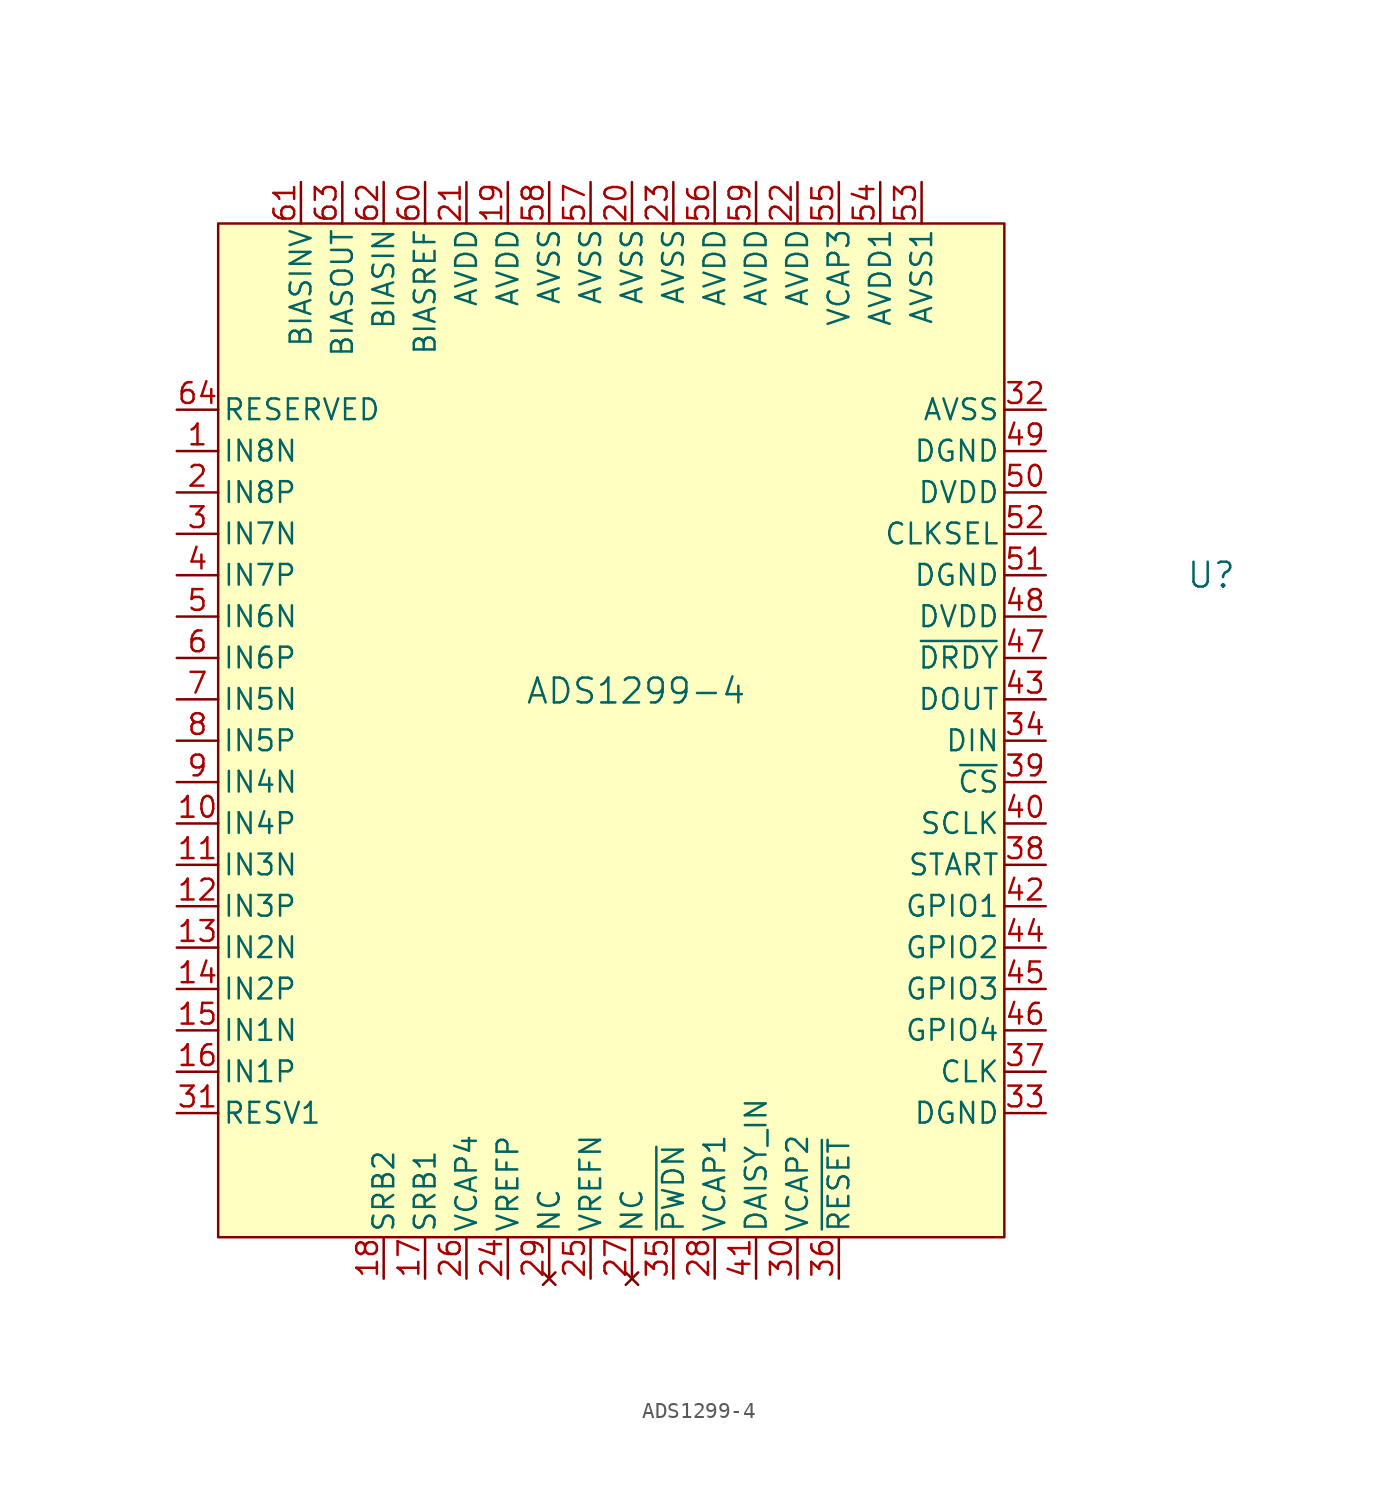
<source format=kicad_sym>
(kicad_symbol_lib
  (version 20241209)
  (generator "kicad_symbol_editor")
  (generator_version "9.0")
  (symbol "ADS1299-4"
    (pin_names
      (offset 0.254))
    (property "Reference" "U"
      (at 35.56 10.16 0)
      (effects (font (size 1.524 1.524))))
    (property "Value" "ADS1299-4"
      (at 0.254 3.048 0)
      (effects (font (size 1.524 1.524))))
    (property "ki_locked" ""
      (at 0 0 0)
      (effects (font (size 1.27 1.27))))
    (symbol "ADS1299-4_1_1"
      (rectangle (start -25.4 31.75) (end 22.86 -30.48) (stroke (width 0) (type solid)) (fill (type background)))
      (pin output line (at -27.94 20.32 0) (length 2.54) (name "RESERVED" (effects (font (size 1.27 1.27)))) (number "64" (effects (font (size 1.27 1.27)))))
      (pin input line (at -27.94 17.78 0) (length 2.54) (name "IN8N" (effects (font (size 1.27 1.27)))) (number "1" (effects (font (size 1.27 1.27)))))
      (pin input line (at -27.94 15.24 0) (length 2.54) (name "IN8P" (effects (font (size 1.27 1.27)))) (number "2" (effects (font (size 1.27 1.27)))))
      (pin input line (at -27.94 12.7 0) (length 2.54) (name "IN7N" (effects (font (size 1.27 1.27)))) (number "3" (effects (font (size 1.27 1.27)))))
      (pin input line (at -27.94 10.16 0) (length 2.54) (name "IN7P" (effects (font (size 1.27 1.27)))) (number "4" (effects (font (size 1.27 1.27)))))
      (pin input line (at -27.94 7.62 0) (length 2.54) (name "IN6N" (effects (font (size 1.27 1.27)))) (number "5" (effects (font (size 1.27 1.27)))))
      (pin input line (at -27.94 5.08 0) (length 2.54) (name "IN6P" (effects (font (size 1.27 1.27)))) (number "6" (effects (font (size 1.27 1.27)))))
      (pin input line (at -27.94 2.54 0) (length 2.54) (name "IN5N" (effects (font (size 1.27 1.27)))) (number "7" (effects (font (size 1.27 1.27)))))
      (pin input line (at -27.94 0 0) (length 2.54) (name "IN5P" (effects (font (size 1.27 1.27)))) (number "8" (effects (font (size 1.27 1.27)))))
      (pin input line (at -27.94 -2.54 0) (length 2.54) (name "IN4N" (effects (font (size 1.27 1.27)))) (number "9" (effects (font (size 1.27 1.27)))))
      (pin input line (at -27.94 -5.08 0) (length 2.54) (name "IN4P" (effects (font (size 1.27 1.27)))) (number "10" (effects (font (size 1.27 1.27)))))
      (pin input line (at -27.94 -7.62 0) (length 2.54) (name "IN3N" (effects (font (size 1.27 1.27)))) (number "11" (effects (font (size 1.27 1.27)))))
      (pin input line (at -27.94 -10.16 0) (length 2.54) (name "IN3P" (effects (font (size 1.27 1.27)))) (number "12" (effects (font (size 1.27 1.27)))))
      (pin input line (at -27.94 -12.7 0) (length 2.54) (name "IN2N" (effects (font (size 1.27 1.27)))) (number "13" (effects (font (size 1.27 1.27)))))
      (pin input line (at -27.94 -15.24 0) (length 2.54) (name "IN2P" (effects (font (size 1.27 1.27)))) (number "14" (effects (font (size 1.27 1.27)))))
      (pin input line (at -27.94 -17.78 0) (length 2.54) (name "IN1N" (effects (font (size 1.27 1.27)))) (number "15" (effects (font (size 1.27 1.27)))))
      (pin input line (at -27.94 -20.32 0) (length 2.54) (name "IN1P" (effects (font (size 1.27 1.27)))) (number "16" (effects (font (size 1.27 1.27)))))
      (pin input line (at -27.94 -22.86 0) (length 2.54) (name "RESV1" (effects (font (size 1.27 1.27)))) (number "31" (effects (font (size 1.27 1.27)))))
      (pin bidirectional line (at -20.32 34.29 270) (length 2.54) (name "BIASINV" (effects (font (size 1.27 1.27)))) (number "61" (effects (font (size 1.27 1.27)))))
      (pin output line (at -17.78 34.29 270) (length 2.54) (name "BIASOUT" (effects (font (size 1.27 1.27)))) (number "63" (effects (font (size 1.27 1.27)))))
      (pin input line (at -15.24 34.29 270) (length 2.54) (name "BIASIN" (effects (font (size 1.27 1.27)))) (number "62" (effects (font (size 1.27 1.27)))))
      (pin bidirectional line (at -15.24 -33.02 90) (length 2.54) (name "SRB2" (effects (font (size 1.27 1.27)))) (number "18" (effects (font (size 1.27 1.27)))))
      (pin input line (at -12.7 34.29 270) (length 2.54) (name "BIASREF" (effects (font (size 1.27 1.27)))) (number "60" (effects (font (size 1.27 1.27)))))
      (pin bidirectional line (at -12.7 -33.02 90) (length 2.54) (name "SRB1" (effects (font (size 1.27 1.27)))) (number "17" (effects (font (size 1.27 1.27)))))
      (pin power_in line (at -10.16 34.29 270) (length 2.54) (name "AVDD" (effects (font (size 1.27 1.27)))) (number "21" (effects (font (size 1.27 1.27)))))
      (pin power_out line (at -10.16 -33.02 90) (length 2.54) (name "VCAP4" (effects (font (size 1.27 1.27)))) (number "26" (effects (font (size 1.27 1.27)))))
      (pin power_in line (at -7.62 34.29 270) (length 2.54) (name "AVDD" (effects (font (size 1.27 1.27)))) (number "19" (effects (font (size 1.27 1.27)))))
      (pin bidirectional line (at -7.62 -33.02 90) (length 2.54) (name "VREFP" (effects (font (size 1.27 1.27)))) (number "24" (effects (font (size 1.27 1.27)))))
      (pin power_in line (at -5.08 34.29 270) (length 2.54) (name "AVSS" (effects (font (size 1.27 1.27)))) (number "58" (effects (font (size 1.27 1.27)))))
      (pin no_connect line (at -5.08 -33.02 90) (length 2.54) (name "NC" (effects (font (size 1.27 1.27)))) (number "29" (effects (font (size 1.27 1.27)))))
      (pin power_in line (at -2.54 34.29 270) (length 2.54) (name "AVSS" (effects (font (size 1.27 1.27)))) (number "57" (effects (font (size 1.27 1.27)))))
      (pin input line (at -2.54 -33.02 90) (length 2.54) (name "VREFN" (effects (font (size 1.27 1.27)))) (number "25" (effects (font (size 1.27 1.27)))))
      (pin power_in line (at 0 34.29 270) (length 2.54) (name "AVSS" (effects (font (size 1.27 1.27)))) (number "20" (effects (font (size 1.27 1.27)))))
      (pin no_connect line (at 0 -33.02 90) (length 2.54) (name "NC" (effects (font (size 1.27 1.27)))) (number "27" (effects (font (size 1.27 1.27)))))
      (pin power_in line (at 2.54 34.29 270) (length 2.54) (name "AVSS" (effects (font (size 1.27 1.27)))) (number "23" (effects (font (size 1.27 1.27)))))
      (pin input line (at 2.54 -33.02 90) (length 2.54) (name "~{PWDN}" (effects (font (size 1.27 1.27)))) (number "35" (effects (font (size 1.27 1.27)))))
      (pin power_in line (at 5.08 34.29 270) (length 2.54) (name "AVDD" (effects (font (size 1.27 1.27)))) (number "56" (effects (font (size 1.27 1.27)))))
      (pin power_out line (at 5.08 -33.02 90) (length 2.54) (name "VCAP1" (effects (font (size 1.27 1.27)))) (number "28" (effects (font (size 1.27 1.27)))))
      (pin power_in line (at 7.62 34.29 270) (length 2.54) (name "AVDD" (effects (font (size 1.27 1.27)))) (number "59" (effects (font (size 1.27 1.27)))))
      (pin input line (at 7.62 -33.02 90) (length 2.54) (name "DAISY_IN" (effects (font (size 1.27 1.27)))) (number "41" (effects (font (size 1.27 1.27)))))
      (pin power_in line (at 10.16 34.29 270) (length 2.54) (name "AVDD" (effects (font (size 1.27 1.27)))) (number "22" (effects (font (size 1.27 1.27)))))
      (pin power_out line (at 10.16 -33.02 90) (length 2.54) (name "VCAP2" (effects (font (size 1.27 1.27)))) (number "30" (effects (font (size 1.27 1.27)))))
      (pin power_out line (at 12.7 34.29 270) (length 2.54) (name "VCAP3" (effects (font (size 1.27 1.27)))) (number "55" (effects (font (size 1.27 1.27)))))
      (pin input line (at 12.7 -33.02 90) (length 2.54) (name "~{RESET}" (effects (font (size 1.27 1.27)))) (number "36" (effects (font (size 1.27 1.27)))))
      (pin power_in line (at 15.24 34.29 270) (length 2.54) (name "AVDD1" (effects (font (size 1.27 1.27)))) (number "54" (effects (font (size 1.27 1.27)))))
      (pin power_in line (at 17.78 34.29 270) (length 2.54) (name "AVSS1" (effects (font (size 1.27 1.27)))) (number "53" (effects (font (size 1.27 1.27)))))
      (pin power_in line (at 25.4 20.32 180) (length 2.54) (name "AVSS" (effects (font (size 1.27 1.27)))) (number "32" (effects (font (size 1.27 1.27)))))
      (pin power_in line (at 25.4 17.78 180) (length 2.54) (name "DGND" (effects (font (size 1.27 1.27)))) (number "49" (effects (font (size 1.27 1.27)))))
      (pin power_in line (at 25.4 15.24 180) (length 2.54) (name "DVDD" (effects (font (size 1.27 1.27)))) (number "50" (effects (font (size 1.27 1.27)))))
      (pin input line (at 25.4 12.7 180) (length 2.54) (name "CLKSEL" (effects (font (size 1.27 1.27)))) (number "52" (effects (font (size 1.27 1.27)))))
      (pin power_in line (at 25.4 10.16 180) (length 2.54) (name "DGND" (effects (font (size 1.27 1.27)))) (number "51" (effects (font (size 1.27 1.27)))))
      (pin power_in line (at 25.4 7.62 180) (length 2.54) (name "DVDD" (effects (font (size 1.27 1.27)))) (number "48" (effects (font (size 1.27 1.27)))))
      (pin output line (at 25.4 5.08 180) (length 2.54) (name "~{DRDY}" (effects (font (size 1.27 1.27)))) (number "47" (effects (font (size 1.27 1.27)))))
      (pin output line (at 25.4 2.54 180) (length 2.54) (name "DOUT" (effects (font (size 1.27 1.27)))) (number "43" (effects (font (size 1.27 1.27)))))
      (pin input line (at 25.4 0 180) (length 2.54) (name "DIN" (effects (font (size 1.27 1.27)))) (number "34" (effects (font (size 1.27 1.27)))))
      (pin input line (at 25.4 -2.54 180) (length 2.54) (name "~{CS}" (effects (font (size 1.27 1.27)))) (number "39" (effects (font (size 1.27 1.27)))))
      (pin input line (at 25.4 -5.08 180) (length 2.54) (name "SCLK" (effects (font (size 1.27 1.27)))) (number "40" (effects (font (size 1.27 1.27)))))
      (pin input line (at 25.4 -7.62 180) (length 2.54) (name "START" (effects (font (size 1.27 1.27)))) (number "38" (effects (font (size 1.27 1.27)))))
      (pin bidirectional line (at 25.4 -10.16 180) (length 2.54) (name "GPIO1" (effects (font (size 1.27 1.27)))) (number "42" (effects (font (size 1.27 1.27)))))
      (pin bidirectional line (at 25.4 -12.7 180) (length 2.54) (name "GPIO2" (effects (font (size 1.27 1.27)))) (number "44" (effects (font (size 1.27 1.27)))))
      (pin bidirectional line (at 25.4 -15.24 180) (length 2.54) (name "GPIO3" (effects (font (size 1.27 1.27)))) (number "45" (effects (font (size 1.27 1.27)))))
      (pin bidirectional line (at 25.4 -17.78 180) (length 2.54) (name "GPIO4" (effects (font (size 1.27 1.27)))) (number "46" (effects (font (size 1.27 1.27)))))
      (pin input line (at 25.4 -20.32 180) (length 2.54) (name "CLK" (effects (font (size 1.27 1.27)))) (number "37" (effects (font (size 1.27 1.27)))))
      (pin power_in line (at 25.4 -22.86 180) (length 2.54) (name "DGND" (effects (font (size 1.27 1.27)))) (number "33" (effects (font (size 1.27 1.27))))))))
</source>
